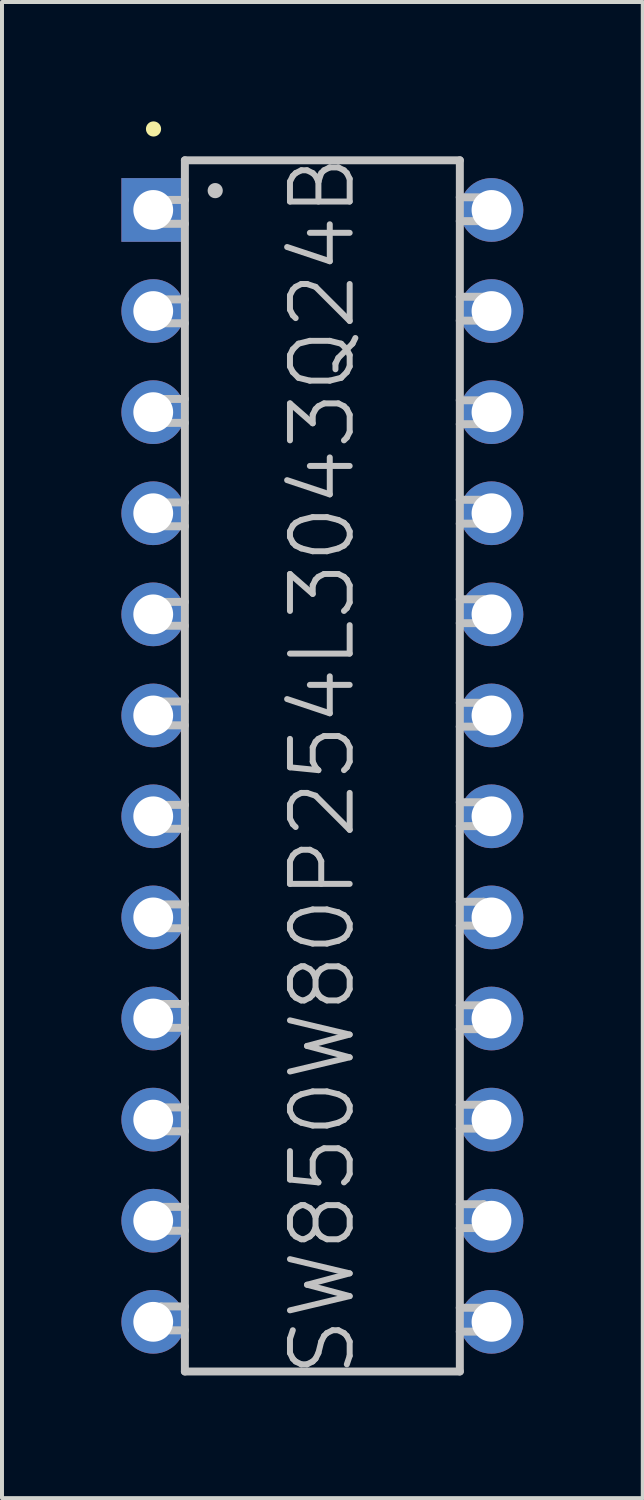
<source format=kicad_pcb>
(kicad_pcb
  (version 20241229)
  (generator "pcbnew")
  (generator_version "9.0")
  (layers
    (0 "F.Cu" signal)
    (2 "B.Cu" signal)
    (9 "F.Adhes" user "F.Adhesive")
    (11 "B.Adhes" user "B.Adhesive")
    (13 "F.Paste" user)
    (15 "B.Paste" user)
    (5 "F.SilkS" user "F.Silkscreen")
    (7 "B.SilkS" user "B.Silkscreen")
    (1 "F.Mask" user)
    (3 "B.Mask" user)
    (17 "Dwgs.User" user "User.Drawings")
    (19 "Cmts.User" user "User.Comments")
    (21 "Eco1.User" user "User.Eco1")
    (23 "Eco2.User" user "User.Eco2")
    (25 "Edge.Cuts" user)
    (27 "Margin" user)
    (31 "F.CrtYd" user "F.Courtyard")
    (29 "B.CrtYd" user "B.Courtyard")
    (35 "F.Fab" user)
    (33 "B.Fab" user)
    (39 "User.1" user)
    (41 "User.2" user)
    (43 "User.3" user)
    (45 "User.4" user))
  (footprint "SW850W80P254L3043Q24B"
    (layer "F.Cu")
    (at 5.049 16.192)
    (property "Reference" "SW850W80P254L3043Q24B" (at 0 0 90) (layer "Dwgs.User") (effects (font (size 1.5 1.5) (thickness 0.15))))
    (attr through_hole)
    (fp_line (start -4.242 -16.002) (end -4.242 -16.002) (stroke (width 0.381) (type solid)) (layer "F.SilkS"))
    (fp_line (start -4.054 -11.72) (end -4.054 -11.12) (stroke (width 0.2) (type solid)) (layer "Dwgs.User"))
    (fp_line (start -4.054 -11.12) (end -3.454 -11.12) (stroke (width 0.2) (type solid)) (layer "Dwgs.User"))
    (fp_line (start -4.054 -9.218) (end -4.054 -8.618) (stroke (width 0.2) (type solid)) (layer "Dwgs.User"))
    (fp_line (start -4.054 -8.618) (end -3.454 -8.618) (stroke (width 0.2) (type solid)) (layer "Dwgs.User"))
    (fp_line (start -4.054 -4.12) (end -4.054 -3.52) (stroke (width 0.2) (type solid)) (layer "Dwgs.User"))
    (fp_line (start -4.054 -3.52) (end -3.454 -3.52) (stroke (width 0.2) (type solid)) (layer "Dwgs.User"))
    (fp_line (start -4.054 -1.618) (end -4.054 -1.019) (stroke (width 0.2) (type solid)) (layer "Dwgs.User"))
    (fp_line (start -4.054 -1.019) (end -3.454 -1.019) (stroke (width 0.2) (type solid)) (layer "Dwgs.User"))
    (fp_line (start -4.054 3.48) (end -4.054 4.079) (stroke (width 0.2) (type solid)) (layer "Dwgs.User"))
    (fp_line (start -4.054 4.079) (end -3.454 4.079) (stroke (width 0.2) (type solid)) (layer "Dwgs.User"))
    (fp_line (start -4.054 5.982) (end -4.054 6.581) (stroke (width 0.2) (type solid)) (layer "Dwgs.User"))
    (fp_line (start -4.054 6.581) (end -3.454 6.581) (stroke (width 0.2) (type solid)) (layer "Dwgs.User"))
    (fp_line (start -4.054 11.079) (end -4.054 11.679) (stroke (width 0.2) (type solid)) (layer "Dwgs.User"))
    (fp_line (start -4.054 11.679) (end -3.454 11.679) (stroke (width 0.2) (type solid)) (layer "Dwgs.User"))
    (fp_line (start -4.054 13.581) (end -4.054 14.181) (stroke (width 0.2) (type solid)) (layer "Dwgs.User"))
    (fp_line (start -4.054 14.181) (end -3.454 14.181) (stroke (width 0.2) (type solid)) (layer "Dwgs.User"))
    (fp_line (start -4.051 -14.219) (end -4.051 -13.619) (stroke (width 0.2) (type solid)) (layer "Dwgs.User"))
    (fp_line (start -4.051 -13.619) (end -3.452 -13.619) (stroke (width 0.2) (type solid)) (layer "Dwgs.User"))
    (fp_line (start -4.051 -6.619) (end -4.051 -6.02) (stroke (width 0.2) (type solid)) (layer "Dwgs.User"))
    (fp_line (start -4.051 -6.02) (end -3.452 -6.02) (stroke (width 0.2) (type solid)) (layer "Dwgs.User"))
    (fp_line (start -4.051 0.98) (end -4.051 1.58) (stroke (width 0.2) (type solid)) (layer "Dwgs.User"))
    (fp_line (start -4.051 1.58) (end -3.452 1.58) (stroke (width 0.2) (type solid)) (layer "Dwgs.User"))
    (fp_line (start -4.051 8.58) (end -4.051 9.18) (stroke (width 0.2) (type solid)) (layer "Dwgs.User"))
    (fp_line (start -4.051 9.18) (end -3.452 9.18) (stroke (width 0.2) (type solid)) (layer "Dwgs.User"))
    (fp_line (start -3.454 -15.215) (end -3.454 15.215) (stroke (width 0.2) (type solid)) (layer "Dwgs.User"))
    (fp_line (start -3.454 -15.215) (end 3.454 -15.215) (stroke (width 0.2) (type solid)) (layer "Dwgs.User"))
    (fp_line (start -3.454 -11.72) (end -4.054 -11.72) (stroke (width 0.2) (type solid)) (layer "Dwgs.User"))
    (fp_line (start -3.454 -9.218) (end -4.054 -9.218) (stroke (width 0.2) (type solid)) (layer "Dwgs.User"))
    (fp_line (start -3.454 -4.12) (end -4.054 -4.12) (stroke (width 0.2) (type solid)) (layer "Dwgs.User"))
    (fp_line (start -3.454 -1.618) (end -4.054 -1.618) (stroke (width 0.2) (type solid)) (layer "Dwgs.User"))
    (fp_line (start -3.454 3.48) (end -4.054 3.48) (stroke (width 0.2) (type solid)) (layer "Dwgs.User"))
    (fp_line (start -3.454 5.982) (end -4.054 5.982) (stroke (width 0.2) (type solid)) (layer "Dwgs.User"))
    (fp_line (start -3.454 11.079) (end -4.054 11.079) (stroke (width 0.2) (type solid)) (layer "Dwgs.User"))
    (fp_line (start -3.454 13.581) (end -4.054 13.581) (stroke (width 0.2) (type solid)) (layer "Dwgs.User"))
    (fp_line (start -3.454 15.215) (end 3.454 15.215) (stroke (width 0.2) (type solid)) (layer "Dwgs.User"))
    (fp_line (start -3.452 -14.219) (end -4.051 -14.219) (stroke (width 0.2) (type solid)) (layer "Dwgs.User"))
    (fp_line (start -3.452 -6.619) (end -4.051 -6.619) (stroke (width 0.2) (type solid)) (layer "Dwgs.User"))
    (fp_line (start -3.452 0.98) (end -4.051 0.98) (stroke (width 0.2) (type solid)) (layer "Dwgs.User"))
    (fp_line (start -3.452 8.58) (end -4.051 8.58) (stroke (width 0.2) (type solid)) (layer "Dwgs.User"))
    (fp_line (start -2.692 -14.453) (end -2.692 -14.453) (stroke (width 0.381) (type solid)) (layer "Dwgs.User"))
    (fp_line (start 3.452 -13.686) (end 4.051 -13.686) (stroke (width 0.2) (type solid)) (layer "Dwgs.User"))
    (fp_line (start 3.452 -11.186) (end 4.051 -11.186) (stroke (width 0.2) (type solid)) (layer "Dwgs.User"))
    (fp_line (start 3.452 -8.585) (end 4.051 -8.585) (stroke (width 0.2) (type solid)) (layer "Dwgs.User"))
    (fp_line (start 3.452 -6.086) (end 4.051 -6.086) (stroke (width 0.2) (type solid)) (layer "Dwgs.User"))
    (fp_line (start 3.452 -3.586) (end 4.051 -3.586) (stroke (width 0.2) (type solid)) (layer "Dwgs.User"))
    (fp_line (start 3.452 -0.986) (end 4.051 -0.986) (stroke (width 0.2) (type solid)) (layer "Dwgs.User"))
    (fp_line (start 3.452 1.514) (end 4.051 1.514) (stroke (width 0.2) (type solid)) (layer "Dwgs.User"))
    (fp_line (start 3.452 4.013) (end 4.051 4.013) (stroke (width 0.2) (type solid)) (layer "Dwgs.User"))
    (fp_line (start 3.452 6.614) (end 4.051 6.614) (stroke (width 0.2) (type solid)) (layer "Dwgs.User"))
    (fp_line (start 3.452 9.114) (end 4.051 9.114) (stroke (width 0.2) (type solid)) (layer "Dwgs.User"))
    (fp_line (start 3.452 11.613) (end 4.051 11.613) (stroke (width 0.2) (type solid)) (layer "Dwgs.User"))
    (fp_line (start 3.452 14.214) (end 4.051 14.214) (stroke (width 0.2) (type solid)) (layer "Dwgs.User"))
    (fp_line (start 3.454 -15.215) (end 3.454 15.215) (stroke (width 0.2) (type solid)) (layer "Dwgs.User"))
    (fp_line (start 4.051 -14.285) (end 3.452 -14.285) (stroke (width 0.2) (type solid)) (layer "Dwgs.User"))
    (fp_line (start 4.051 -13.686) (end 4.051 -14.285) (stroke (width 0.2) (type solid)) (layer "Dwgs.User"))
    (fp_line (start 4.051 -11.786) (end 3.452 -11.786) (stroke (width 0.2) (type solid)) (layer "Dwgs.User"))
    (fp_line (start 4.051 -11.186) (end 4.051 -11.786) (stroke (width 0.2) (type solid)) (layer "Dwgs.User"))
    (fp_line (start 4.051 -9.185) (end 3.452 -9.185) (stroke (width 0.2) (type solid)) (layer "Dwgs.User"))
    (fp_line (start 4.051 -8.585) (end 4.051 -9.185) (stroke (width 0.2) (type solid)) (layer "Dwgs.User"))
    (fp_line (start 4.051 -6.685) (end 3.452 -6.685) (stroke (width 0.2) (type solid)) (layer "Dwgs.User"))
    (fp_line (start 4.051 -6.086) (end 4.051 -6.685) (stroke (width 0.2) (type solid)) (layer "Dwgs.User"))
    (fp_line (start 4.051 -4.186) (end 3.452 -4.186) (stroke (width 0.2) (type solid)) (layer "Dwgs.User"))
    (fp_line (start 4.051 -3.586) (end 4.051 -4.186) (stroke (width 0.2) (type solid)) (layer "Dwgs.User"))
    (fp_line (start 4.051 -1.585) (end 3.452 -1.585) (stroke (width 0.2) (type solid)) (layer "Dwgs.User"))
    (fp_line (start 4.051 -0.986) (end 4.051 -1.585) (stroke (width 0.2) (type solid)) (layer "Dwgs.User"))
    (fp_line (start 4.051 0.914) (end 3.452 0.914) (stroke (width 0.2) (type solid)) (layer "Dwgs.User"))
    (fp_line (start 4.051 1.514) (end 4.051 0.914) (stroke (width 0.2) (type solid)) (layer "Dwgs.User"))
    (fp_line (start 4.051 3.414) (end 3.452 3.414) (stroke (width 0.2) (type solid)) (layer "Dwgs.User"))
    (fp_line (start 4.051 4.013) (end 4.051 3.414) (stroke (width 0.2) (type solid)) (layer "Dwgs.User"))
    (fp_line (start 4.051 6.015) (end 3.452 6.015) (stroke (width 0.2) (type solid)) (layer "Dwgs.User"))
    (fp_line (start 4.051 6.614) (end 4.051 6.015) (stroke (width 0.2) (type solid)) (layer "Dwgs.User"))
    (fp_line (start 4.051 8.514) (end 3.452 8.514) (stroke (width 0.2) (type solid)) (layer "Dwgs.User"))
    (fp_line (start 4.051 9.114) (end 4.051 8.514) (stroke (width 0.2) (type solid)) (layer "Dwgs.User"))
    (fp_line (start 4.051 11.013) (end 3.452 11.013) (stroke (width 0.2) (type solid)) (layer "Dwgs.User"))
    (fp_line (start 4.051 11.613) (end 4.051 11.013) (stroke (width 0.2) (type solid)) (layer "Dwgs.User"))
    (fp_line (start 4.051 13.614) (end 3.452 13.614) (stroke (width 0.2) (type solid)) (layer "Dwgs.User"))
    (fp_line (start 4.051 14.214) (end 4.051 13.614) (stroke (width 0.2) (type solid)) (layer "Dwgs.User"))
    (pad "1" thru_hole rect (at -4.249 -13.967 180) (size 1.6 1.6) (drill 1) (layers "*.Cu" "*.Mask"))
    (pad "2" thru_hole circle (at -4.249 -11.427 180) (size 1.6 1.6) (drill 1) (layers "*.Cu" "*.Mask"))
    (pad "3" thru_hole circle (at -4.249 -8.887 180) (size 1.6 1.6) (drill 1) (layers "*.Cu" "*.Mask"))
    (pad "4" thru_hole circle (at -4.249 -6.347 180) (size 1.6 1.6) (drill 1) (layers "*.Cu" "*.Mask"))
    (pad "5" thru_hole circle (at -4.249 -3.807 180) (size 1.6 1.6) (drill 1) (layers "*.Cu" "*.Mask"))
    (pad "6" thru_hole circle (at -4.249 -1.267 180) (size 1.6 1.6) (drill 1) (layers "*.Cu" "*.Mask"))
    (pad "7" thru_hole circle (at -4.249 1.267 180) (size 1.6 1.6) (drill 1) (layers "*.Cu" "*.Mask"))
    (pad "8" thru_hole circle (at -4.249 3.807 180) (size 1.6 1.6) (drill 1) (layers "*.Cu" "*.Mask"))
    (pad "9" thru_hole circle (at -4.249 6.347 180) (size 1.6 1.6) (drill 1) (layers "*.Cu" "*.Mask"))
    (pad "10" thru_hole circle (at -4.249 8.887 180) (size 1.6 1.6) (drill 1) (layers "*.Cu" "*.Mask"))
    (pad "11" thru_hole circle (at -4.249 11.427 180) (size 1.6 1.6) (drill 1) (layers "*.Cu" "*.Mask"))
    (pad "12" thru_hole circle (at -4.249 13.967 180) (size 1.6 1.6) (drill 1) (layers "*.Cu" "*.Mask"))
    (pad "13" thru_hole circle (at 4.249 13.967 180) (size 1.6 1.6) (drill 1) (layers "*.Cu" "*.Mask"))
    (pad "14" thru_hole circle (at 4.249 11.427 180) (size 1.6 1.6) (drill 1) (layers "*.Cu" "*.Mask"))
    (pad "15" thru_hole circle (at 4.249 8.887 180) (size 1.6 1.6) (drill 1) (layers "*.Cu" "*.Mask"))
    (pad "16" thru_hole circle (at 4.249 6.347 180) (size 1.6 1.6) (drill 1) (layers "*.Cu" "*.Mask"))
    (pad "17" thru_hole circle (at 4.249 3.807 180) (size 1.6 1.6) (drill 1) (layers "*.Cu" "*.Mask"))
    (pad "18" thru_hole circle (at 4.249 1.267 180) (size 1.6 1.6) (drill 1) (layers "*.Cu" "*.Mask"))
    (pad "19" thru_hole circle (at 4.249 -1.267 180) (size 1.6 1.6) (drill 1) (layers "*.Cu" "*.Mask"))
    (pad "20" thru_hole circle (at 4.249 -3.807 180) (size 1.6 1.6) (drill 1) (layers "*.Cu" "*.Mask"))
    (pad "21" thru_hole circle (at 4.249 -6.347 180) (size 1.6 1.6) (drill 1) (layers "*.Cu" "*.Mask"))
    (pad "22" thru_hole circle (at 4.249 -8.887 180) (size 1.6 1.6) (drill 1) (layers "*.Cu" "*.Mask"))
    (pad "23" thru_hole circle (at 4.249 -11.427 180) (size 1.6 1.6) (drill 1) (layers "*.Cu" "*.Mask"))
    (pad "24" thru_hole circle (at 4.249 -13.967 180) (size 1.6 1.6) (drill 1) (layers "*.Cu" "*.Mask")))
  (gr_rect
    (start -3 -3)
    (end 13.099 34.589)
    (stroke (width 0.1) (type default))
    (fill no)
    (layer "Edge.Cuts")))
</source>
